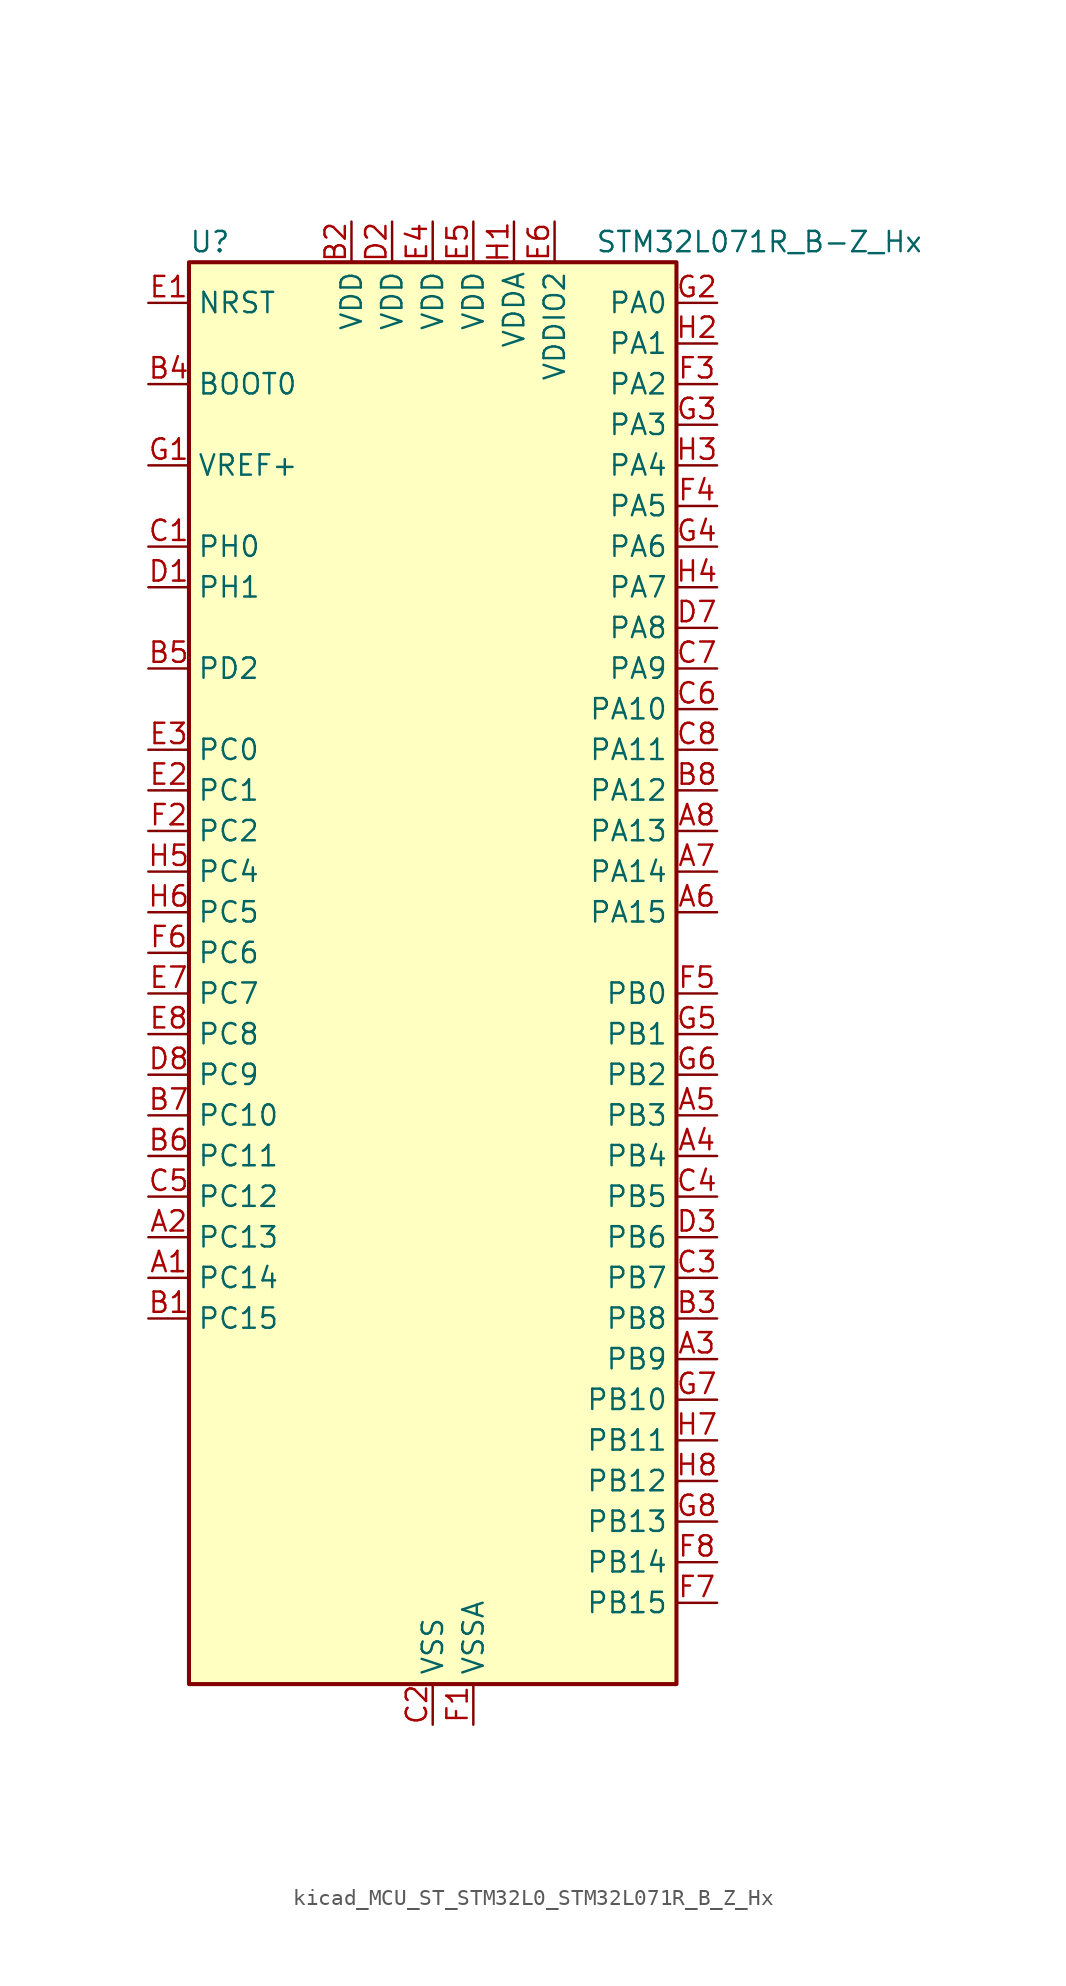
<source format=kicad_sym>
(kicad_symbol_lib
  (version 20220914)
  (generator kicad_symbol_editor)
  (symbol "kicad_MCU_ST_STM32L0_STM32L071R_B_Z_Hx"
    (property "Reference" "U"
      (at -15.24 46.99 0)
      (effects (font (size 1.27 1.27)) (justify left)))
    (property "Value" "STM32L071R_B-Z_Hx"
      (at 10.16 46.99 0)
      (effects (font (size 1.27 1.27)) (justify left)))
    (property "ki_locked" ""
      (at 0 0 0)
      (effects (font (size 1.27 1.27))))
    (symbol "kicad_MCU_ST_STM32L0_STM32L071R_B_Z_Hx_0_1"
      (rectangle (start -15.24 -43.18) (end 15.24 45.72) (stroke (width 0.254) (type default)) (fill (type background))))
    (symbol "kicad_MCU_ST_STM32L0_STM32L071R_B_Z_Hx_1_1"
      (pin bidirectional line (at -17.78 -17.78 0) (length 2.54) (name "PC14" (effects (font (size 1.27 1.27)))) (number "A1" (effects (font (size 1.27 1.27)))) (alternate "RCC_OSC32_IN" bidirectional line))
      (pin bidirectional line (at -17.78 -15.24 0) (length 2.54) (name "PC13" (effects (font (size 1.27 1.27)))) (number "A2" (effects (font (size 1.27 1.27)))) (alternate "RTC_OUT_ALARM" bidirectional line) (alternate "RTC_OUT_CALIB" bidirectional line) (alternate "RTC_TAMP1" bidirectional line) (alternate "RTC_TS" bidirectional line) (alternate "SYS_WKUP2" bidirectional line))
      (pin bidirectional line (at 17.78 -22.86 180) (length 2.54) (name "PB9" (effects (font (size 1.27 1.27)))) (number "A3" (effects (font (size 1.27 1.27)))) (alternate "I2C1_SDA" bidirectional line) (alternate "I2S2_WS" bidirectional line) (alternate "SPI2_NSS" bidirectional line))
      (pin bidirectional line (at 17.78 -10.16 180) (length 2.54) (name "PB4" (effects (font (size 1.27 1.27)))) (number "A4" (effects (font (size 1.27 1.27)))) (alternate "COMP2_INP" bidirectional line) (alternate "I2C3_SDA" bidirectional line) (alternate "SPI1_MISO" bidirectional line) (alternate "TIM22_CH1" bidirectional line) (alternate "TIM3_CH1" bidirectional line) (alternate "USART1_CTS" bidirectional line) (alternate "USART5_RX" bidirectional line))
      (pin bidirectional line (at 17.78 -7.62 180) (length 2.54) (name "PB3" (effects (font (size 1.27 1.27)))) (number "A5" (effects (font (size 1.27 1.27)))) (alternate "COMP2_INM" bidirectional line) (alternate "SPI1_SCK" bidirectional line) (alternate "TIM2_CH2" bidirectional line) (alternate "USART1_DE" bidirectional line) (alternate "USART1_RTS" bidirectional line) (alternate "USART5_TX" bidirectional line))
      (pin bidirectional line (at 17.78 5.08 180) (length 2.54) (name "PA15" (effects (font (size 1.27 1.27)))) (number "A6" (effects (font (size 1.27 1.27)))) (alternate "SPI1_NSS" bidirectional line) (alternate "TIM2_CH1" bidirectional line) (alternate "TIM2_ETR" bidirectional line) (alternate "USART2_RX" bidirectional line) (alternate "USART4_DE" bidirectional line) (alternate "USART4_RTS" bidirectional line))
      (pin bidirectional line (at 17.78 7.62 180) (length 2.54) (name "PA14" (effects (font (size 1.27 1.27)))) (number "A7" (effects (font (size 1.27 1.27)))) (alternate "LPUART1_TX" bidirectional line) (alternate "SYS_SWCLK" bidirectional line) (alternate "USART2_TX" bidirectional line))
      (pin bidirectional line (at 17.78 10.16 180) (length 2.54) (name "PA13" (effects (font (size 1.27 1.27)))) (number "A8" (effects (font (size 1.27 1.27)))) (alternate "LPUART1_RX" bidirectional line) (alternate "SYS_SWDIO" bidirectional line))
      (pin bidirectional line (at -17.78 -20.32 0) (length 2.54) (name "PC15" (effects (font (size 1.27 1.27)))) (number "B1" (effects (font (size 1.27 1.27)))) (alternate "RCC_OSC32_OUT" bidirectional line))
      (pin power_in line (at -5.08 48.26 270) (length 2.54) (name "VDD" (effects (font (size 1.27 1.27)))) (number "B2" (effects (font (size 1.27 1.27)))))
      (pin bidirectional line (at 17.78 -20.32 180) (length 2.54) (name "PB8" (effects (font (size 1.27 1.27)))) (number "B3" (effects (font (size 1.27 1.27)))) (alternate "I2C1_SCL" bidirectional line))
      (pin input line (at -17.78 38.1 0) (length 2.54) (name "BOOT0" (effects (font (size 1.27 1.27)))) (number "B4" (effects (font (size 1.27 1.27)))))
      (pin bidirectional line (at -17.78 20.32 0) (length 2.54) (name "PD2" (effects (font (size 1.27 1.27)))) (number "B5" (effects (font (size 1.27 1.27)))) (alternate "LPUART1_DE" bidirectional line) (alternate "LPUART1_RTS" bidirectional line) (alternate "TIM3_ETR" bidirectional line) (alternate "USART5_RX" bidirectional line))
      (pin bidirectional line (at -17.78 -10.16 0) (length 2.54) (name "PC11" (effects (font (size 1.27 1.27)))) (number "B6" (effects (font (size 1.27 1.27)))) (alternate "ADC_EXTI11" bidirectional line) (alternate "LPUART1_RX" bidirectional line) (alternate "USART4_RX" bidirectional line))
      (pin bidirectional line (at -17.78 -7.62 0) (length 2.54) (name "PC10" (effects (font (size 1.27 1.27)))) (number "B7" (effects (font (size 1.27 1.27)))) (alternate "LPUART1_TX" bidirectional line) (alternate "USART4_TX" bidirectional line))
      (pin bidirectional line (at 17.78 12.7 180) (length 2.54) (name "PA12" (effects (font (size 1.27 1.27)))) (number "B8" (effects (font (size 1.27 1.27)))) (alternate "COMP2_OUT" bidirectional line) (alternate "SPI1_MOSI" bidirectional line) (alternate "USART1_DE" bidirectional line) (alternate "USART1_RTS" bidirectional line))
      (pin bidirectional line (at -17.78 27.94 0) (length 2.54) (name "PH0" (effects (font (size 1.27 1.27)))) (number "C1" (effects (font (size 1.27 1.27)))) (alternate "RCC_OSC_IN" bidirectional line))
      (pin power_in line (at 0 -45.72 90) (length 2.54) (name "VSS" (effects (font (size 1.27 1.27)))) (number "C2" (effects (font (size 1.27 1.27)))))
      (pin bidirectional line (at 17.78 -17.78 180) (length 2.54) (name "PB7" (effects (font (size 1.27 1.27)))) (number "C3" (effects (font (size 1.27 1.27)))) (alternate "COMP2_INP" bidirectional line) (alternate "I2C1_SDA" bidirectional line) (alternate "LPTIM1_IN2" bidirectional line) (alternate "SYS_PVD_IN" bidirectional line) (alternate "USART1_RX" bidirectional line) (alternate "USART4_CTS" bidirectional line))
      (pin bidirectional line (at 17.78 -12.7 180) (length 2.54) (name "PB5" (effects (font (size 1.27 1.27)))) (number "C4" (effects (font (size 1.27 1.27)))) (alternate "COMP2_INP" bidirectional line) (alternate "I2C1_SMBA" bidirectional line) (alternate "LPTIM1_IN1" bidirectional line) (alternate "SPI1_MOSI" bidirectional line) (alternate "TIM22_CH2" bidirectional line) (alternate "TIM3_CH2" bidirectional line) (alternate "USART1_CK" bidirectional line) (alternate "USART5_CK" bidirectional line) (alternate "USART5_DE" bidirectional line) (alternate "USART5_RTS" bidirectional line))
      (pin bidirectional line (at -17.78 -12.7 0) (length 2.54) (name "PC12" (effects (font (size 1.27 1.27)))) (number "C5" (effects (font (size 1.27 1.27)))) (alternate "USART4_CK" bidirectional line) (alternate "USART5_TX" bidirectional line))
      (pin bidirectional line (at 17.78 17.78 180) (length 2.54) (name "PA10" (effects (font (size 1.27 1.27)))) (number "C6" (effects (font (size 1.27 1.27)))) (alternate "I2C1_SDA" bidirectional line) (alternate "USART1_RX" bidirectional line))
      (pin bidirectional line (at 17.78 20.32 180) (length 2.54) (name "PA9" (effects (font (size 1.27 1.27)))) (number "C7" (effects (font (size 1.27 1.27)))) (alternate "I2C1_SCL" bidirectional line) (alternate "I2C3_SMBA" bidirectional line) (alternate "RCC_MCO" bidirectional line) (alternate "USART1_TX" bidirectional line))
      (pin bidirectional line (at 17.78 15.24 180) (length 2.54) (name "PA11" (effects (font (size 1.27 1.27)))) (number "C8" (effects (font (size 1.27 1.27)))) (alternate "ADC_EXTI11" bidirectional line) (alternate "COMP1_OUT" bidirectional line) (alternate "SPI1_MISO" bidirectional line) (alternate "USART1_CTS" bidirectional line))
      (pin bidirectional line (at -17.78 25.4 0) (length 2.54) (name "PH1" (effects (font (size 1.27 1.27)))) (number "D1" (effects (font (size 1.27 1.27)))) (alternate "RCC_OSC_OUT" bidirectional line))
      (pin power_in line (at -2.54 48.26 270) (length 2.54) (name "VDD" (effects (font (size 1.27 1.27)))) (number "D2" (effects (font (size 1.27 1.27)))))
      (pin bidirectional line (at 17.78 -15.24 180) (length 2.54) (name "PB6" (effects (font (size 1.27 1.27)))) (number "D3" (effects (font (size 1.27 1.27)))) (alternate "COMP2_INP" bidirectional line) (alternate "I2C1_SCL" bidirectional line) (alternate "LPTIM1_ETR" bidirectional line) (alternate "USART1_TX" bidirectional line))
      (pin passive line (at 0 -45.72 90) (length 2.54) hide (name "VSS" (effects (font (size 1.27 1.27)))) (number "D4" (effects (font (size 1.27 1.27)))))
      (pin passive line (at 0 -45.72 90) (length 2.54) hide (name "VSS" (effects (font (size 1.27 1.27)))) (number "D5" (effects (font (size 1.27 1.27)))))
      (pin passive line (at 0 -45.72 90) (length 2.54) hide (name "VSS" (effects (font (size 1.27 1.27)))) (number "D6" (effects (font (size 1.27 1.27)))))
      (pin bidirectional line (at 17.78 22.86 180) (length 2.54) (name "PA8" (effects (font (size 1.27 1.27)))) (number "D7" (effects (font (size 1.27 1.27)))) (alternate "I2C3_SCL" bidirectional line) (alternate "RCC_MCO" bidirectional line) (alternate "USART1_CK" bidirectional line))
      (pin bidirectional line (at -17.78 -5.08 0) (length 2.54) (name "PC9" (effects (font (size 1.27 1.27)))) (number "D8" (effects (font (size 1.27 1.27)))) (alternate "I2C3_SDA" bidirectional line) (alternate "TIM21_ETR" bidirectional line) (alternate "TIM3_CH4" bidirectional line))
      (pin input line (at -17.78 43.18 0) (length 2.54) (name "NRST" (effects (font (size 1.27 1.27)))) (number "E1" (effects (font (size 1.27 1.27)))))
      (pin bidirectional line (at -17.78 12.7 0) (length 2.54) (name "PC1" (effects (font (size 1.27 1.27)))) (number "E2" (effects (font (size 1.27 1.27)))) (alternate "ADC_IN11" bidirectional line) (alternate "I2C3_SDA" bidirectional line) (alternate "LPTIM1_OUT" bidirectional line) (alternate "LPUART1_TX" bidirectional line))
      (pin bidirectional line (at -17.78 15.24 0) (length 2.54) (name "PC0" (effects (font (size 1.27 1.27)))) (number "E3" (effects (font (size 1.27 1.27)))) (alternate "ADC_IN10" bidirectional line) (alternate "I2C3_SCL" bidirectional line) (alternate "LPTIM1_IN1" bidirectional line) (alternate "LPUART1_RX" bidirectional line))
      (pin power_in line (at 0 48.26 270) (length 2.54) (name "VDD" (effects (font (size 1.27 1.27)))) (number "E4" (effects (font (size 1.27 1.27)))))
      (pin power_in line (at 2.54 48.26 270) (length 2.54) (name "VDD" (effects (font (size 1.27 1.27)))) (number "E5" (effects (font (size 1.27 1.27)))))
      (pin power_in line (at 7.62 48.26 270) (length 2.54) (name "VDDIO2" (effects (font (size 1.27 1.27)))) (number "E6" (effects (font (size 1.27 1.27)))))
      (pin bidirectional line (at -17.78 0 0) (length 2.54) (name "PC7" (effects (font (size 1.27 1.27)))) (number "E7" (effects (font (size 1.27 1.27)))) (alternate "TIM22_CH2" bidirectional line) (alternate "TIM3_CH2" bidirectional line))
      (pin bidirectional line (at -17.78 -2.54 0) (length 2.54) (name "PC8" (effects (font (size 1.27 1.27)))) (number "E8" (effects (font (size 1.27 1.27)))) (alternate "TIM22_ETR" bidirectional line) (alternate "TIM3_CH3" bidirectional line))
      (pin power_in line (at 2.54 -45.72 90) (length 2.54) (name "VSSA" (effects (font (size 1.27 1.27)))) (number "F1" (effects (font (size 1.27 1.27)))))
      (pin bidirectional line (at -17.78 10.16 0) (length 2.54) (name "PC2" (effects (font (size 1.27 1.27)))) (number "F2" (effects (font (size 1.27 1.27)))) (alternate "ADC_IN12" bidirectional line) (alternate "I2S2_MCK" bidirectional line) (alternate "LPTIM1_IN2" bidirectional line) (alternate "SPI2_MISO" bidirectional line))
      (pin bidirectional line (at 17.78 38.1 180) (length 2.54) (name "PA2" (effects (font (size 1.27 1.27)))) (number "F3" (effects (font (size 1.27 1.27)))) (alternate "ADC_IN2" bidirectional line) (alternate "COMP2_INM" bidirectional line) (alternate "COMP2_OUT" bidirectional line) (alternate "LPUART1_TX" bidirectional line) (alternate "TIM21_CH1" bidirectional line) (alternate "TIM2_CH3" bidirectional line) (alternate "USART2_TX" bidirectional line))
      (pin bidirectional line (at 17.78 30.48 180) (length 2.54) (name "PA5" (effects (font (size 1.27 1.27)))) (number "F4" (effects (font (size 1.27 1.27)))) (alternate "ADC_IN5" bidirectional line) (alternate "COMP1_INM" bidirectional line) (alternate "COMP2_INM" bidirectional line) (alternate "SPI1_SCK" bidirectional line) (alternate "TIM2_CH1" bidirectional line) (alternate "TIM2_ETR" bidirectional line))
      (pin bidirectional line (at 17.78 0 180) (length 2.54) (name "PB0" (effects (font (size 1.27 1.27)))) (number "F5" (effects (font (size 1.27 1.27)))) (alternate "ADC_IN8" bidirectional line) (alternate "SYS_VREF_OUT_PB0" bidirectional line) (alternate "TIM3_CH3" bidirectional line))
      (pin bidirectional line (at -17.78 2.54 0) (length 2.54) (name "PC6" (effects (font (size 1.27 1.27)))) (number "F6" (effects (font (size 1.27 1.27)))) (alternate "TIM22_CH1" bidirectional line) (alternate "TIM3_CH1" bidirectional line))
      (pin bidirectional line (at 17.78 -38.1 180) (length 2.54) (name "PB15" (effects (font (size 1.27 1.27)))) (number "F7" (effects (font (size 1.27 1.27)))) (alternate "I2S2_SD" bidirectional line) (alternate "RTC_REFIN" bidirectional line) (alternate "SPI2_MOSI" bidirectional line))
      (pin bidirectional line (at 17.78 -35.56 180) (length 2.54) (name "PB14" (effects (font (size 1.27 1.27)))) (number "F8" (effects (font (size 1.27 1.27)))) (alternate "I2C2_SDA" bidirectional line) (alternate "I2S2_MCK" bidirectional line) (alternate "LPUART1_DE" bidirectional line) (alternate "LPUART1_RTS" bidirectional line) (alternate "RTC_OUT_ALARM" bidirectional line) (alternate "RTC_OUT_CALIB" bidirectional line) (alternate "SPI2_MISO" bidirectional line) (alternate "TIM21_CH2" bidirectional line))
      (pin input line (at -17.78 33.02 0) (length 2.54) (name "VREF+" (effects (font (size 1.27 1.27)))) (number "G1" (effects (font (size 1.27 1.27)))))
      (pin bidirectional line (at 17.78 43.18 180) (length 2.54) (name "PA0" (effects (font (size 1.27 1.27)))) (number "G2" (effects (font (size 1.27 1.27)))) (alternate "ADC_IN0" bidirectional line) (alternate "COMP1_INM" bidirectional line) (alternate "COMP1_OUT" bidirectional line) (alternate "RTC_TAMP2" bidirectional line) (alternate "SYS_WKUP1" bidirectional line) (alternate "TIM2_CH1" bidirectional line) (alternate "TIM2_ETR" bidirectional line) (alternate "USART2_CTS" bidirectional line) (alternate "USART4_TX" bidirectional line))
      (pin bidirectional line (at 17.78 35.56 180) (length 2.54) (name "PA3" (effects (font (size 1.27 1.27)))) (number "G3" (effects (font (size 1.27 1.27)))) (alternate "ADC_IN3" bidirectional line) (alternate "COMP2_INP" bidirectional line) (alternate "LPUART1_RX" bidirectional line) (alternate "TIM21_CH2" bidirectional line) (alternate "TIM2_CH4" bidirectional line) (alternate "USART2_RX" bidirectional line))
      (pin bidirectional line (at 17.78 27.94 180) (length 2.54) (name "PA6" (effects (font (size 1.27 1.27)))) (number "G4" (effects (font (size 1.27 1.27)))) (alternate "ADC_IN6" bidirectional line) (alternate "COMP1_OUT" bidirectional line) (alternate "LPUART1_CTS" bidirectional line) (alternate "SPI1_MISO" bidirectional line) (alternate "TIM22_CH1" bidirectional line) (alternate "TIM3_CH1" bidirectional line))
      (pin bidirectional line (at 17.78 -2.54 180) (length 2.54) (name "PB1" (effects (font (size 1.27 1.27)))) (number "G5" (effects (font (size 1.27 1.27)))) (alternate "ADC_IN9" bidirectional line) (alternate "LPUART1_DE" bidirectional line) (alternate "LPUART1_RTS" bidirectional line) (alternate "SYS_VREF_OUT_PB1" bidirectional line) (alternate "TIM3_CH4" bidirectional line))
      (pin bidirectional line (at 17.78 -5.08 180) (length 2.54) (name "PB2" (effects (font (size 1.27 1.27)))) (number "G6" (effects (font (size 1.27 1.27)))) (alternate "I2C3_SMBA" bidirectional line) (alternate "LPTIM1_OUT" bidirectional line))
      (pin bidirectional line (at 17.78 -25.4 180) (length 2.54) (name "PB10" (effects (font (size 1.27 1.27)))) (number "G7" (effects (font (size 1.27 1.27)))) (alternate "I2C2_SCL" bidirectional line) (alternate "LPUART1_RX" bidirectional line) (alternate "LPUART1_TX" bidirectional line) (alternate "SPI2_SCK" bidirectional line) (alternate "TIM2_CH3" bidirectional line))
      (pin bidirectional line (at 17.78 -33.02 180) (length 2.54) (name "PB13" (effects (font (size 1.27 1.27)))) (number "G8" (effects (font (size 1.27 1.27)))) (alternate "I2C2_SCL" bidirectional line) (alternate "I2S2_CK" bidirectional line) (alternate "LPUART1_CTS" bidirectional line) (alternate "RCC_MCO" bidirectional line) (alternate "SPI2_SCK" bidirectional line) (alternate "TIM21_CH1" bidirectional line))
      (pin power_in line (at 5.08 48.26 270) (length 2.54) (name "VDDA" (effects (font (size 1.27 1.27)))) (number "H1" (effects (font (size 1.27 1.27)))))
      (pin bidirectional line (at 17.78 40.64 180) (length 2.54) (name "PA1" (effects (font (size 1.27 1.27)))) (number "H2" (effects (font (size 1.27 1.27)))) (alternate "ADC_IN1" bidirectional line) (alternate "COMP1_INP" bidirectional line) (alternate "TIM21_ETR" bidirectional line) (alternate "TIM2_CH2" bidirectional line) (alternate "USART2_DE" bidirectional line) (alternate "USART2_RTS" bidirectional line) (alternate "USART4_RX" bidirectional line))
      (pin bidirectional line (at 17.78 33.02 180) (length 2.54) (name "PA4" (effects (font (size 1.27 1.27)))) (number "H3" (effects (font (size 1.27 1.27)))) (alternate "ADC_IN4" bidirectional line) (alternate "COMP1_INM" bidirectional line) (alternate "COMP2_INM" bidirectional line) (alternate "SPI1_NSS" bidirectional line) (alternate "TIM22_ETR" bidirectional line) (alternate "USART2_CK" bidirectional line))
      (pin bidirectional line (at 17.78 25.4 180) (length 2.54) (name "PA7" (effects (font (size 1.27 1.27)))) (number "H4" (effects (font (size 1.27 1.27)))) (alternate "ADC_IN7" bidirectional line) (alternate "COMP2_OUT" bidirectional line) (alternate "SPI1_MOSI" bidirectional line) (alternate "TIM22_CH2" bidirectional line) (alternate "TIM3_CH2" bidirectional line))
      (pin bidirectional line (at -17.78 7.62 0) (length 2.54) (name "PC4" (effects (font (size 1.27 1.27)))) (number "H5" (effects (font (size 1.27 1.27)))) (alternate "ADC_IN14" bidirectional line) (alternate "LPUART1_TX" bidirectional line))
      (pin bidirectional line (at -17.78 5.08 0) (length 2.54) (name "PC5" (effects (font (size 1.27 1.27)))) (number "H6" (effects (font (size 1.27 1.27)))) (alternate "ADC_IN15" bidirectional line) (alternate "LPUART1_RX" bidirectional line))
      (pin bidirectional line (at 17.78 -27.94 180) (length 2.54) (name "PB11" (effects (font (size 1.27 1.27)))) (number "H7" (effects (font (size 1.27 1.27)))) (alternate "ADC_EXTI11" bidirectional line) (alternate "I2C2_SDA" bidirectional line) (alternate "LPUART1_RX" bidirectional line) (alternate "LPUART1_TX" bidirectional line) (alternate "TIM2_CH4" bidirectional line))
      (pin bidirectional line (at 17.78 -30.48 180) (length 2.54) (name "PB12" (effects (font (size 1.27 1.27)))) (number "H8" (effects (font (size 1.27 1.27)))) (alternate "I2S2_WS" bidirectional line) (alternate "LPUART1_DE" bidirectional line) (alternate "LPUART1_RTS" bidirectional line) (alternate "SPI2_NSS" bidirectional line)))))
</source>
